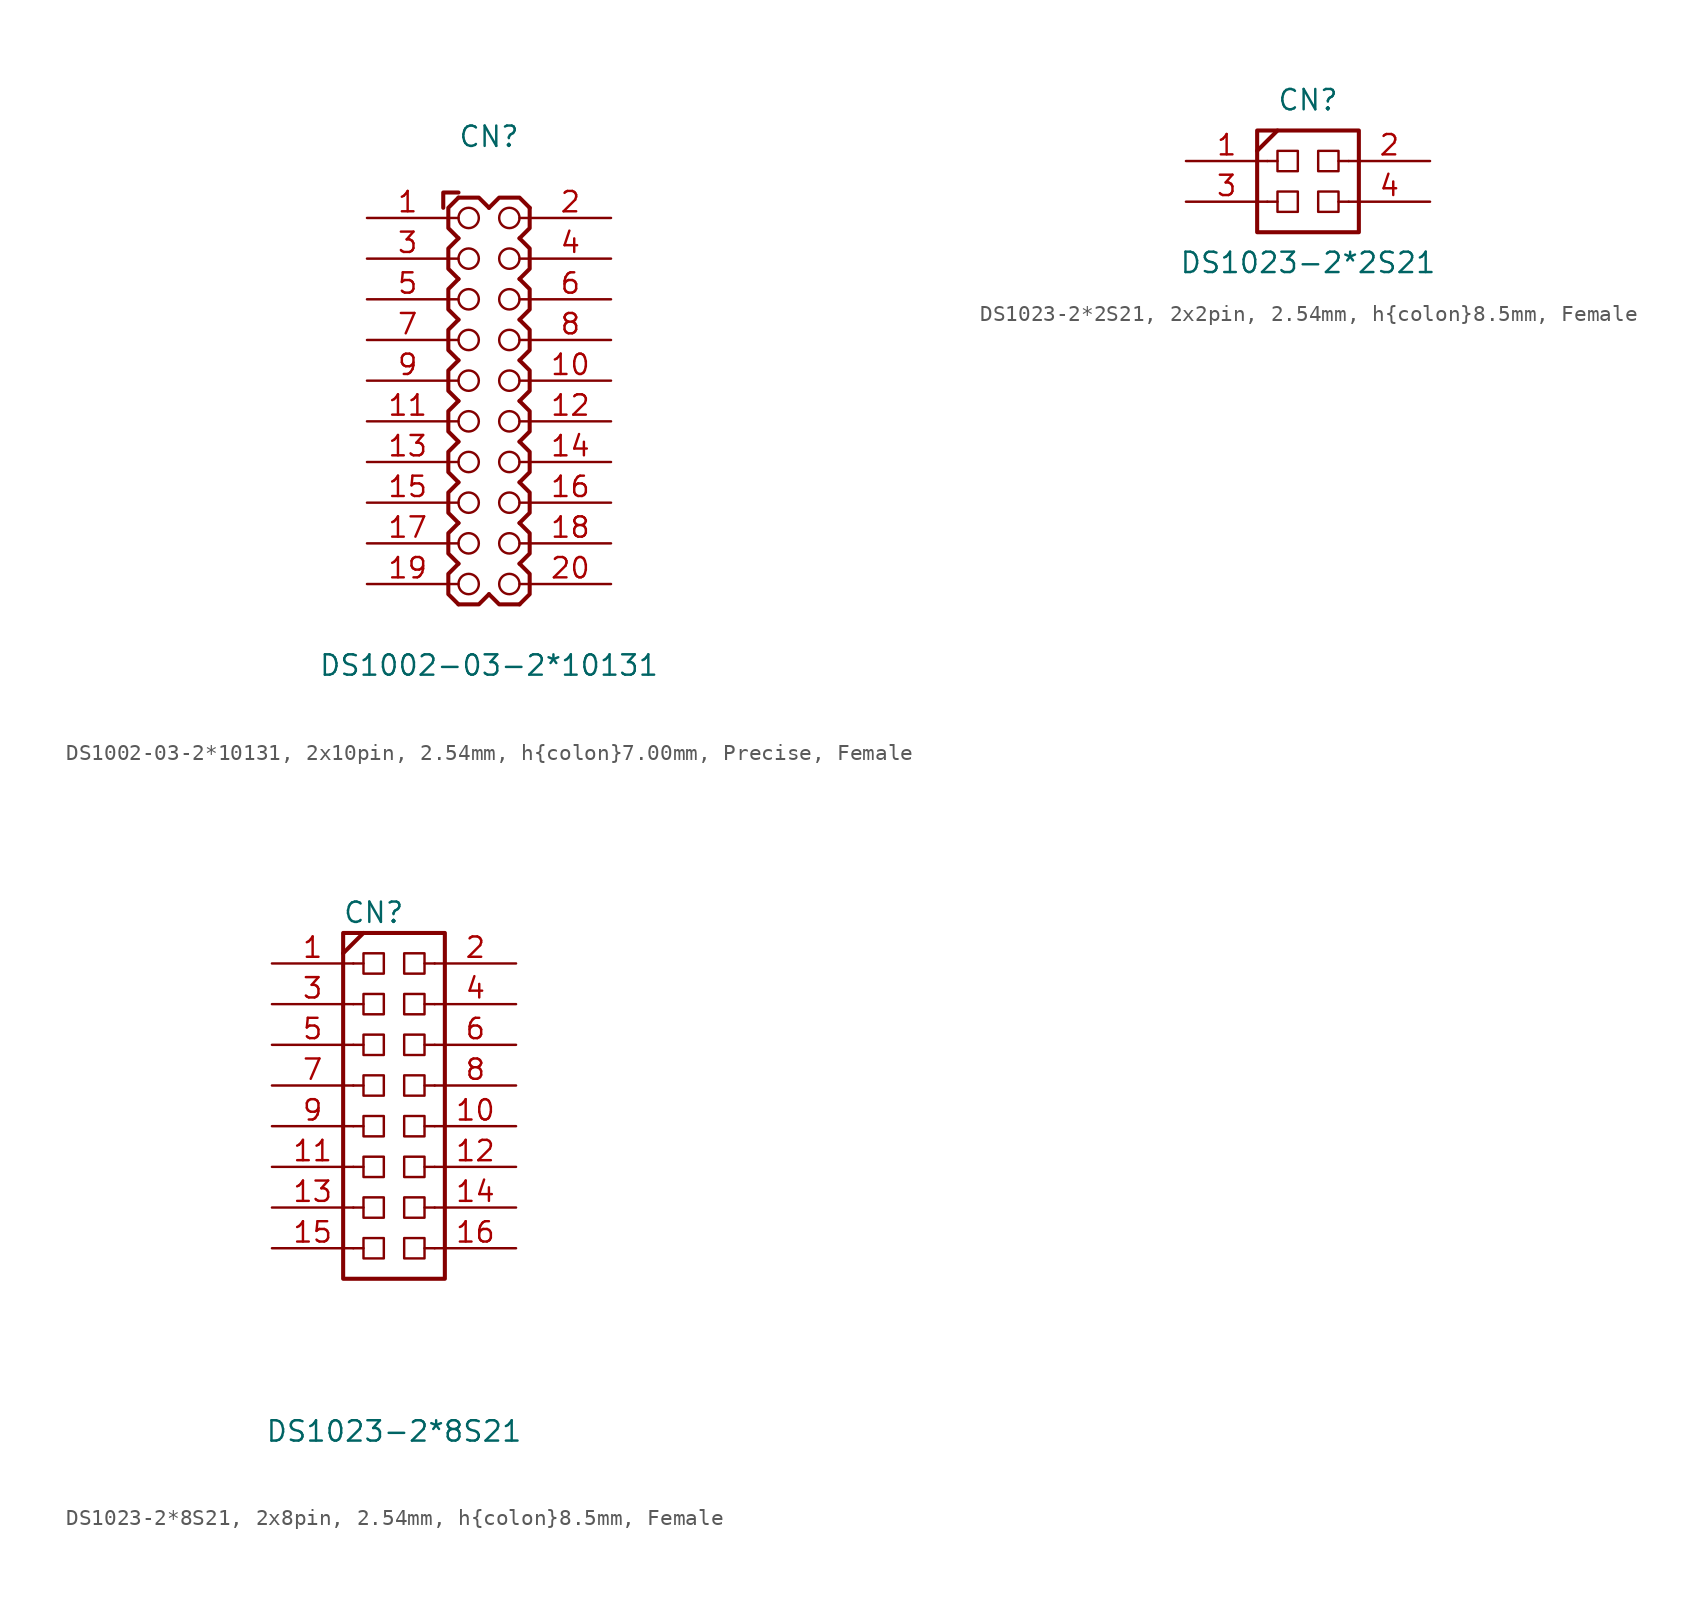
<source format=kicad_sym>
(kicad_symbol_lib
  (version 20241209)
  (generator "kicad_symbol_editor")
  (generator_version "9.0")
  (symbol "DS1002-03-2*10131, 2x10pin, 2.54mm, h{colon}7.00mm, Precise, Female"
    (pin_names
      (offset 1.016)
      (hide yes))
    (property "Reference" "CN"
      (at 0 15.24 0)
      (effects (font (size 1.27 1.27))))
    (property "Value" "DS1002-03-2*10131"
      (at 0 -17.78 0)
      (effects (font (size 1.27 1.27))))
    (symbol "DS1002-03-2*10131, 2x10pin, 2.54mm, h{colon}7.00mm, Precise, Female_0_1"
      (polyline (pts (xy -2.857 10.795) (xy -2.857 11.43) (xy -2.857 11.748) (xy -1.905 11.748)) (stroke (width 0.254) (type default)) (fill (type none)))
      (polyline (pts (xy -1.905 8.89) (xy -2.54 9.525) (xy -2.54 10.795) (xy -1.905 11.43)) (stroke (width 0.254) (type default)) (fill (type none)))
      (polyline (pts (xy -1.905 6.35) (xy -2.54 6.985) (xy -2.54 8.255) (xy -1.905 8.89)) (stroke (width 0.254) (type default)) (fill (type none)))
      (polyline (pts (xy -1.905 3.81) (xy -2.54 4.445) (xy -2.54 5.715) (xy -1.905 6.35)) (stroke (width 0.254) (type default)) (fill (type none)))
      (polyline (pts (xy -1.905 1.27) (xy -2.54 1.905) (xy -2.54 3.175) (xy -1.905 3.81)) (stroke (width 0.254) (type default)) (fill (type none)))
      (polyline (pts (xy -1.905 -1.27) (xy -2.54 -0.635) (xy -2.54 0.635) (xy -1.905 1.27)) (stroke (width 0.254) (type default)) (fill (type none)))
      (polyline (pts (xy -1.905 -3.81) (xy -2.54 -3.175) (xy -2.54 -1.905) (xy -1.905 -1.27)) (stroke (width 0.254) (type default)) (fill (type none)))
      (polyline (pts (xy -1.905 -6.35) (xy -2.54 -5.715) (xy -2.54 -4.445) (xy -1.905 -3.81)) (stroke (width 0.254) (type default)) (fill (type none)))
      (polyline (pts (xy -1.905 -8.89) (xy -2.54 -8.255) (xy -2.54 -6.985) (xy -1.905 -6.35)) (stroke (width 0.254) (type default)) (fill (type none)))
      (polyline (pts (xy -1.905 -11.43) (xy -2.54 -10.795) (xy -2.54 -9.525) (xy -1.905 -8.89)) (stroke (width 0.254) (type default)) (fill (type none)))
      (polyline (pts (xy -1.905 -13.97) (xy -2.54 -13.335) (xy -2.54 -12.065) (xy -1.905 -11.43)) (stroke (width 0.254) (type default)) (fill (type none)))
      (circle (center -1.27 10.16) (radius 0.635) (stroke (width 0) (type default)) (fill (type none)))
      (circle (center -1.27 7.62) (radius 0.635) (stroke (width 0) (type default)) (fill (type none)))
      (circle (center -1.27 5.08) (radius 0.635) (stroke (width 0) (type default)) (fill (type none)))
      (circle (center -1.27 2.54) (radius 0.635) (stroke (width 0) (type default)) (fill (type none)))
      (circle (center -1.27 0) (radius 0.635) (stroke (width 0) (type default)) (fill (type none)))
      (circle (center -1.27 -2.54) (radius 0.635) (stroke (width 0) (type default)) (fill (type none)))
      (circle (center -1.27 -5.08) (radius 0.635) (stroke (width 0) (type default)) (fill (type none)))
      (circle (center -1.27 -7.62) (radius 0.635) (stroke (width 0) (type default)) (fill (type none)))
      (circle (center -1.27 -10.16) (radius 0.635) (stroke (width 0) (type default)) (fill (type none)))
      (circle (center -1.27 -12.7) (radius 0.635) (stroke (width 0) (type default)) (fill (type none)))
      (polyline (pts (xy 0 10.795) (xy -0.635 11.43) (xy -1.905 11.43) (xy -1.905 11.43)) (stroke (width 0.254) (type default)) (fill (type none)))
      (polyline (pts (xy 0 10.795) (xy 0.635 11.43) (xy 1.905 11.43) (xy 2.54 10.795)) (stroke (width 0.254) (type default)) (fill (type none)))
      (polyline (pts (xy 0 -13.335) (xy -0.635 -13.97) (xy -1.905 -13.97) (xy -1.905 -13.97)) (stroke (width 0.254) (type default)) (fill (type none)))
      (polyline (pts (xy 0 -13.335) (xy 0.635 -13.97) (xy 1.905 -13.97) (xy 1.905 -13.97)) (stroke (width 0.254) (type default)) (fill (type none)))
      (circle (center 1.27 10.16) (radius 0.635) (stroke (width 0) (type default)) (fill (type none)))
      (circle (center 1.27 7.62) (radius 0.635) (stroke (width 0) (type default)) (fill (type none)))
      (circle (center 1.27 5.08) (radius 0.635) (stroke (width 0) (type default)) (fill (type none)))
      (circle (center 1.27 2.54) (radius 0.635) (stroke (width 0) (type default)) (fill (type none)))
      (circle (center 1.27 0) (radius 0.635) (stroke (width 0) (type default)) (fill (type none)))
      (circle (center 1.27 -2.54) (radius 0.635) (stroke (width 0) (type default)) (fill (type none)))
      (circle (center 1.27 -5.08) (radius 0.635) (stroke (width 0) (type default)) (fill (type none)))
      (circle (center 1.27 -7.62) (radius 0.635) (stroke (width 0) (type default)) (fill (type none)))
      (circle (center 1.27 -10.16) (radius 0.635) (stroke (width 0) (type default)) (fill (type none)))
      (circle (center 1.27 -12.7) (radius 0.635) (stroke (width 0) (type default)) (fill (type none)))
      (polyline (pts (xy 1.905 8.89) (xy 2.54 8.255) (xy 2.54 6.985) (xy 1.905 6.35)) (stroke (width 0.254) (type default)) (fill (type none)))
      (polyline (pts (xy 1.905 6.35) (xy 2.54 5.715) (xy 2.54 4.445) (xy 1.905 3.81)) (stroke (width 0.254) (type default)) (fill (type none)))
      (polyline (pts (xy 1.905 3.81) (xy 2.54 3.175) (xy 2.54 1.905) (xy 1.905 1.27)) (stroke (width 0.254) (type default)) (fill (type none)))
      (polyline (pts (xy 1.905 1.27) (xy 2.54 0.635) (xy 2.54 -0.635) (xy 1.905 -1.27)) (stroke (width 0.254) (type default)) (fill (type none)))
      (polyline (pts (xy 1.905 -1.27) (xy 2.54 -1.905) (xy 2.54 -3.175) (xy 1.905 -3.81)) (stroke (width 0.254) (type default)) (fill (type none)))
      (polyline (pts (xy 1.905 -3.81) (xy 2.54 -4.445) (xy 2.54 -5.715) (xy 1.905 -6.35)) (stroke (width 0.254) (type default)) (fill (type none)))
      (polyline (pts (xy 1.905 -6.35) (xy 2.54 -6.985) (xy 2.54 -8.255) (xy 1.905 -8.89)) (stroke (width 0.254) (type default)) (fill (type none)))
      (polyline (pts (xy 1.905 -8.89) (xy 2.54 -9.525) (xy 2.54 -10.795) (xy 1.905 -11.43)) (stroke (width 0.254) (type default)) (fill (type none)))
      (polyline (pts (xy 1.905 -11.43) (xy 2.54 -12.065) (xy 2.54 -13.335) (xy 1.905 -13.97)) (stroke (width 0.254) (type default)) (fill (type none)))
      (polyline (pts (xy 2.54 10.795) (xy 2.54 10.795) (xy 2.54 9.525) (xy 1.905 8.89)) (stroke (width 0.254) (type default)) (fill (type none))))
    (symbol "DS1002-03-2*10131, 2x10pin, 2.54mm, h{colon}7.00mm, Precise, Female_1_0"
      (polyline (pts (xy -2.54 10.16) (xy -1.905 10.16)) (stroke (width 0) (type default)) (fill (type none)))
      (polyline (pts (xy -2.54 7.62) (xy -1.905 7.62)) (stroke (width 0) (type default)) (fill (type none)))
      (polyline (pts (xy -2.54 5.08) (xy -1.905 5.08)) (stroke (width 0) (type default)) (fill (type none)))
      (polyline (pts (xy -2.54 2.54) (xy -1.905 2.54)) (stroke (width 0) (type default)) (fill (type none)))
      (polyline (pts (xy -2.54 0) (xy -1.905 0)) (stroke (width 0) (type default)) (fill (type none)))
      (polyline (pts (xy -2.54 -2.54) (xy -1.905 -2.54)) (stroke (width 0) (type default)) (fill (type none)))
      (polyline (pts (xy -2.54 -5.08) (xy -1.905 -5.08)) (stroke (width 0) (type default)) (fill (type none)))
      (polyline (pts (xy -2.54 -7.62) (xy -1.905 -7.62)) (stroke (width 0) (type default)) (fill (type none)))
      (polyline (pts (xy -2.54 -10.16) (xy -1.905 -10.16)) (stroke (width 0) (type default)) (fill (type none)))
      (polyline (pts (xy -2.54 -12.7) (xy -1.905 -12.7)) (stroke (width 0) (type default)) (fill (type none)))
      (polyline (pts (xy 2.54 10.16) (xy 1.905 10.16)) (stroke (width 0) (type default)) (fill (type none)))
      (polyline (pts (xy 2.54 7.62) (xy 1.905 7.62)) (stroke (width 0) (type default)) (fill (type none)))
      (polyline (pts (xy 2.54 5.08) (xy 1.905 5.08)) (stroke (width 0) (type default)) (fill (type none)))
      (polyline (pts (xy 2.54 2.54) (xy 1.905 2.54)) (stroke (width 0) (type default)) (fill (type none)))
      (polyline (pts (xy 2.54 0) (xy 1.905 0)) (stroke (width 0) (type default)) (fill (type none)))
      (polyline (pts (xy 2.54 -2.54) (xy 1.905 -2.54)) (stroke (width 0) (type default)) (fill (type none)))
      (polyline (pts (xy 2.54 -5.08) (xy 1.905 -5.08)) (stroke (width 0) (type default)) (fill (type none)))
      (polyline (pts (xy 2.54 -7.62) (xy 1.905 -7.62)) (stroke (width 0) (type default)) (fill (type none)))
      (polyline (pts (xy 2.54 -10.16) (xy 1.905 -10.16)) (stroke (width 0) (type default)) (fill (type none)))
      (polyline (pts (xy 2.54 -12.7) (xy 1.905 -12.7)) (stroke (width 0) (type default)) (fill (type none))))
    (symbol "DS1002-03-2*10131, 2x10pin, 2.54mm, h{colon}7.00mm, Precise, Female_1_1"
      (pin passive line (at -7.62 10.16 0) (length 5.08) (name "1" (effects (font (size 1.27 1.27)))) (number "1" (effects (font (size 1.27 1.27)))))
      (pin passive line (at -7.62 7.62 0) (length 5.08) (name "3" (effects (font (size 1.27 1.27)))) (number "3" (effects (font (size 1.27 1.27)))))
      (pin passive line (at -7.62 5.08 0) (length 5.08) (name "5" (effects (font (size 1.27 1.27)))) (number "5" (effects (font (size 1.27 1.27)))))
      (pin passive line (at -7.62 2.54 0) (length 5.08) (name "7" (effects (font (size 1.27 1.27)))) (number "7" (effects (font (size 1.27 1.27)))))
      (pin passive line (at -7.62 0 0) (length 5.08) (name "9" (effects (font (size 1.27 1.27)))) (number "9" (effects (font (size 1.27 1.27)))))
      (pin passive line (at -7.62 -2.54 0) (length 5.08) (name "11" (effects (font (size 1.27 1.27)))) (number "11" (effects (font (size 1.27 1.27)))))
      (pin passive line (at -7.62 -5.08 0) (length 5.08) (name "13" (effects (font (size 1.27 1.27)))) (number "13" (effects (font (size 1.27 1.27)))))
      (pin passive line (at -7.62 -7.62 0) (length 5.08) (name "15" (effects (font (size 1.27 1.27)))) (number "15" (effects (font (size 1.27 1.27)))))
      (pin passive line (at -7.62 -10.16 0) (length 5.08) (name "17" (effects (font (size 1.27 1.27)))) (number "17" (effects (font (size 1.27 1.27)))))
      (pin passive line (at -7.62 -12.7 0) (length 5.08) (name "19" (effects (font (size 1.27 1.27)))) (number "19" (effects (font (size 1.27 1.27)))))
      (pin passive line (at 7.62 10.16 180) (length 5.08) (name "2" (effects (font (size 1.27 1.27)))) (number "2" (effects (font (size 1.27 1.27)))))
      (pin passive line (at 7.62 7.62 180) (length 5.08) (name "4" (effects (font (size 1.27 1.27)))) (number "4" (effects (font (size 1.27 1.27)))))
      (pin passive line (at 7.62 5.08 180) (length 5.08) (name "6" (effects (font (size 1.27 1.27)))) (number "6" (effects (font (size 1.27 1.27)))))
      (pin passive line (at 7.62 2.54 180) (length 5.08) (name "8" (effects (font (size 1.27 1.27)))) (number "8" (effects (font (size 1.27 1.27)))))
      (pin passive line (at 7.62 0 180) (length 5.08) (name "10" (effects (font (size 1.27 1.27)))) (number "10" (effects (font (size 1.27 1.27)))))
      (pin passive line (at 7.62 -2.54 180) (length 5.08) (name "12" (effects (font (size 1.27 1.27)))) (number "12" (effects (font (size 1.27 1.27)))))
      (pin passive line (at 7.62 -5.08 180) (length 5.08) (name "14" (effects (font (size 1.27 1.27)))) (number "14" (effects (font (size 1.27 1.27)))))
      (pin passive line (at 7.62 -7.62 180) (length 5.08) (name "16" (effects (font (size 1.27 1.27)))) (number "16" (effects (font (size 1.27 1.27)))))
      (pin passive line (at 7.62 -10.16 180) (length 5.08) (name "18" (effects (font (size 1.27 1.27)))) (number "18" (effects (font (size 1.27 1.27)))))
      (pin passive line (at 7.62 -12.7 180) (length 5.08) (name "20" (effects (font (size 1.27 1.27)))) (number "20" (effects (font (size 1.27 1.27)))))))
  (symbol "DS1023-2*2S21, 2x2pin, 2.54mm, h{colon}8.5mm, Female"
    (pin_names
      (offset 1.016)
      (hide yes))
    (property "Reference" "CN"
      (at 0 5.08 0)
      (effects (font (size 1.27 1.27))))
    (property "Value" "DS1023-2*2S21"
      (at 0 -5.08 0)
      (effects (font (size 1.27 1.27))))
    (symbol "DS1023-2*2S21, 2x2pin, 2.54mm, h{colon}8.5mm, Female_1_0"
      (polyline (pts (xy -3.175 1.905) (xy -1.905 3.175)) (stroke (width 0.254) (type default)) (fill (type none)))
      (polyline (pts (xy -2.54 1.27) (xy -1.905 1.27)) (stroke (width 0) (type default)) (fill (type none)))
      (polyline (pts (xy -2.54 -1.27) (xy -1.905 -1.27)) (stroke (width 0) (type default)) (fill (type none)))
      (polyline (pts (xy 2.54 1.27) (xy 1.905 1.27)) (stroke (width 0) (type default)) (fill (type none)))
      (polyline (pts (xy 2.54 -1.27) (xy 1.905 -1.27)) (stroke (width 0) (type default)) (fill (type none))))
    (symbol "DS1023-2*2S21, 2x2pin, 2.54mm, h{colon}8.5mm, Female_1_1"
      (rectangle (start -3.175 3.175) (end 3.175 -3.175) (stroke (width 0.254) (type default)) (fill (type none)))
      (rectangle (start -1.905 0.635) (end -0.635 1.905) (stroke (width 0) (type default)) (fill (type none)))
      (rectangle (start -1.905 -1.905) (end -0.635 -0.635) (stroke (width 0) (type default)) (fill (type none)))
      (rectangle (start 1.905 0.635) (end 0.635 1.905) (stroke (width 0) (type default)) (fill (type none)))
      (rectangle (start 1.905 -1.905) (end 0.635 -0.635) (stroke (width 0) (type default)) (fill (type none)))
      (pin passive line (at -7.62 1.27 0) (length 5.08) (name "1" (effects (font (size 1.27 1.27)))) (number "1" (effects (font (size 1.27 1.27)))))
      (pin passive line (at -7.62 -1.27 0) (length 5.08) (name "3" (effects (font (size 1.27 1.27)))) (number "3" (effects (font (size 1.27 1.27)))))
      (pin passive line (at 7.62 1.27 180) (length 5.08) (name "2" (effects (font (size 1.27 1.27)))) (number "2" (effects (font (size 1.27 1.27)))))
      (pin passive line (at 7.62 -1.27 180) (length 5.08) (name "4" (effects (font (size 1.27 1.27)))) (number "4" (effects (font (size 1.27 1.27)))))))
  (symbol "DS1023-2*8S21, 2x8pin, 2.54mm, h{colon}8.5mm, Female"
    (pin_names
      (offset 1.016)
      (hide yes))
    (property "Reference" "CN"
      (at -1.27 10.795 0)
      (effects (font (size 1.27 1.27))))
    (property "Value" "DS1023-2*8S21"
      (at 0 -21.59 0)
      (effects (font (size 1.27 1.27))))
    (symbol "DS1023-2*8S21, 2x8pin, 2.54mm, h{colon}8.5mm, Female_1_0"
      (polyline (pts (xy -3.175 8.255) (xy -1.905 9.525)) (stroke (width 0.254) (type default)) (fill (type none)))
      (polyline (pts (xy -2.54 7.62) (xy -1.905 7.62)) (stroke (width 0) (type default)) (fill (type none)))
      (polyline (pts (xy -2.54 5.08) (xy -1.905 5.08)) (stroke (width 0) (type default)) (fill (type none)))
      (polyline (pts (xy -2.54 2.54) (xy -1.905 2.54)) (stroke (width 0) (type default)) (fill (type none)))
      (polyline (pts (xy -2.54 0) (xy -1.905 0)) (stroke (width 0) (type default)) (fill (type none)))
      (polyline (pts (xy -2.54 -2.54) (xy -1.905 -2.54)) (stroke (width 0) (type default)) (fill (type none)))
      (polyline (pts (xy -2.54 -5.08) (xy -1.905 -5.08)) (stroke (width 0) (type default)) (fill (type none)))
      (polyline (pts (xy -2.54 -7.62) (xy -1.905 -7.62)) (stroke (width 0) (type default)) (fill (type none)))
      (polyline (pts (xy -2.54 -10.16) (xy -1.905 -10.16)) (stroke (width 0) (type default)) (fill (type none)))
      (polyline (pts (xy 2.54 7.62) (xy 1.905 7.62)) (stroke (width 0) (type default)) (fill (type none)))
      (polyline (pts (xy 2.54 5.08) (xy 1.905 5.08)) (stroke (width 0) (type default)) (fill (type none)))
      (polyline (pts (xy 2.54 2.54) (xy 1.905 2.54)) (stroke (width 0) (type default)) (fill (type none)))
      (polyline (pts (xy 2.54 0) (xy 1.905 0)) (stroke (width 0) (type default)) (fill (type none)))
      (polyline (pts (xy 2.54 -2.54) (xy 1.905 -2.54)) (stroke (width 0) (type default)) (fill (type none)))
      (polyline (pts (xy 2.54 -5.08) (xy 1.905 -5.08)) (stroke (width 0) (type default)) (fill (type none)))
      (polyline (pts (xy 2.54 -7.62) (xy 1.905 -7.62)) (stroke (width 0) (type default)) (fill (type none)))
      (polyline (pts (xy 2.54 -10.16) (xy 1.905 -10.16)) (stroke (width 0) (type default)) (fill (type none))))
    (symbol "DS1023-2*8S21, 2x8pin, 2.54mm, h{colon}8.5mm, Female_1_1"
      (rectangle (start -3.175 9.525) (end 3.175 -12.065) (stroke (width 0.254) (type default)) (fill (type none)))
      (rectangle (start -1.905 6.985) (end -0.635 8.255) (stroke (width 0) (type default)) (fill (type none)))
      (rectangle (start -1.905 4.445) (end -0.635 5.715) (stroke (width 0) (type default)) (fill (type none)))
      (rectangle (start -1.905 1.905) (end -0.635 3.175) (stroke (width 0) (type default)) (fill (type none)))
      (rectangle (start -1.905 -0.635) (end -0.635 0.635) (stroke (width 0) (type default)) (fill (type none)))
      (rectangle (start -1.905 -3.175) (end -0.635 -1.905) (stroke (width 0) (type default)) (fill (type none)))
      (rectangle (start -1.905 -5.715) (end -0.635 -4.445) (stroke (width 0) (type default)) (fill (type none)))
      (rectangle (start -1.905 -8.255) (end -0.635 -6.985) (stroke (width 0) (type default)) (fill (type none)))
      (rectangle (start -1.905 -10.795) (end -0.635 -9.525) (stroke (width 0) (type default)) (fill (type none)))
      (rectangle (start 1.905 6.985) (end 0.635 8.255) (stroke (width 0) (type default)) (fill (type none)))
      (rectangle (start 1.905 4.445) (end 0.635 5.715) (stroke (width 0) (type default)) (fill (type none)))
      (rectangle (start 1.905 1.905) (end 0.635 3.175) (stroke (width 0) (type default)) (fill (type none)))
      (rectangle (start 1.905 -0.635) (end 0.635 0.635) (stroke (width 0) (type default)) (fill (type none)))
      (rectangle (start 1.905 -3.175) (end 0.635 -1.905) (stroke (width 0) (type default)) (fill (type none)))
      (rectangle (start 1.905 -5.715) (end 0.635 -4.445) (stroke (width 0) (type default)) (fill (type none)))
      (rectangle (start 1.905 -8.255) (end 0.635 -6.985) (stroke (width 0) (type default)) (fill (type none)))
      (rectangle (start 1.905 -10.795) (end 0.635 -9.525) (stroke (width 0) (type default)) (fill (type none)))
      (pin passive line (at -7.62 7.62 0) (length 5.08) (name "1" (effects (font (size 1.27 1.27)))) (number "1" (effects (font (size 1.27 1.27)))))
      (pin passive line (at -7.62 5.08 0) (length 5.08) (name "3" (effects (font (size 1.27 1.27)))) (number "3" (effects (font (size 1.27 1.27)))))
      (pin passive line (at -7.62 2.54 0) (length 5.08) (name "5" (effects (font (size 1.27 1.27)))) (number "5" (effects (font (size 1.27 1.27)))))
      (pin passive line (at -7.62 0 0) (length 5.08) (name "7" (effects (font (size 1.27 1.27)))) (number "7" (effects (font (size 1.27 1.27)))))
      (pin passive line (at -7.62 -2.54 0) (length 5.08) (name "9" (effects (font (size 1.27 1.27)))) (number "9" (effects (font (size 1.27 1.27)))))
      (pin passive line (at -7.62 -5.08 0) (length 5.08) (name "11" (effects (font (size 1.27 1.27)))) (number "11" (effects (font (size 1.27 1.27)))))
      (pin passive line (at -7.62 -7.62 0) (length 5.08) (name "13" (effects (font (size 1.27 1.27)))) (number "13" (effects (font (size 1.27 1.27)))))
      (pin passive line (at -7.62 -10.16 0) (length 5.08) (name "15" (effects (font (size 1.27 1.27)))) (number "15" (effects (font (size 1.27 1.27)))))
      (pin passive line (at 7.62 7.62 180) (length 5.08) (name "2" (effects (font (size 1.27 1.27)))) (number "2" (effects (font (size 1.27 1.27)))))
      (pin passive line (at 7.62 5.08 180) (length 5.08) (name "4" (effects (font (size 1.27 1.27)))) (number "4" (effects (font (size 1.27 1.27)))))
      (pin passive line (at 7.62 2.54 180) (length 5.08) (name "6" (effects (font (size 1.27 1.27)))) (number "6" (effects (font (size 1.27 1.27)))))
      (pin passive line (at 7.62 0 180) (length 5.08) (name "8" (effects (font (size 1.27 1.27)))) (number "8" (effects (font (size 1.27 1.27)))))
      (pin passive line (at 7.62 -2.54 180) (length 5.08) (name "10" (effects (font (size 1.27 1.27)))) (number "10" (effects (font (size 1.27 1.27)))))
      (pin passive line (at 7.62 -5.08 180) (length 5.08) (name "12" (effects (font (size 1.27 1.27)))) (number "12" (effects (font (size 1.27 1.27)))))
      (pin passive line (at 7.62 -7.62 180) (length 5.08) (name "14" (effects (font (size 1.27 1.27)))) (number "14" (effects (font (size 1.27 1.27)))))
      (pin passive line (at 7.62 -10.16 180) (length 5.08) (name "16" (effects (font (size 1.27 1.27)))) (number "16" (effects (font (size 1.27 1.27))))))))
</source>
